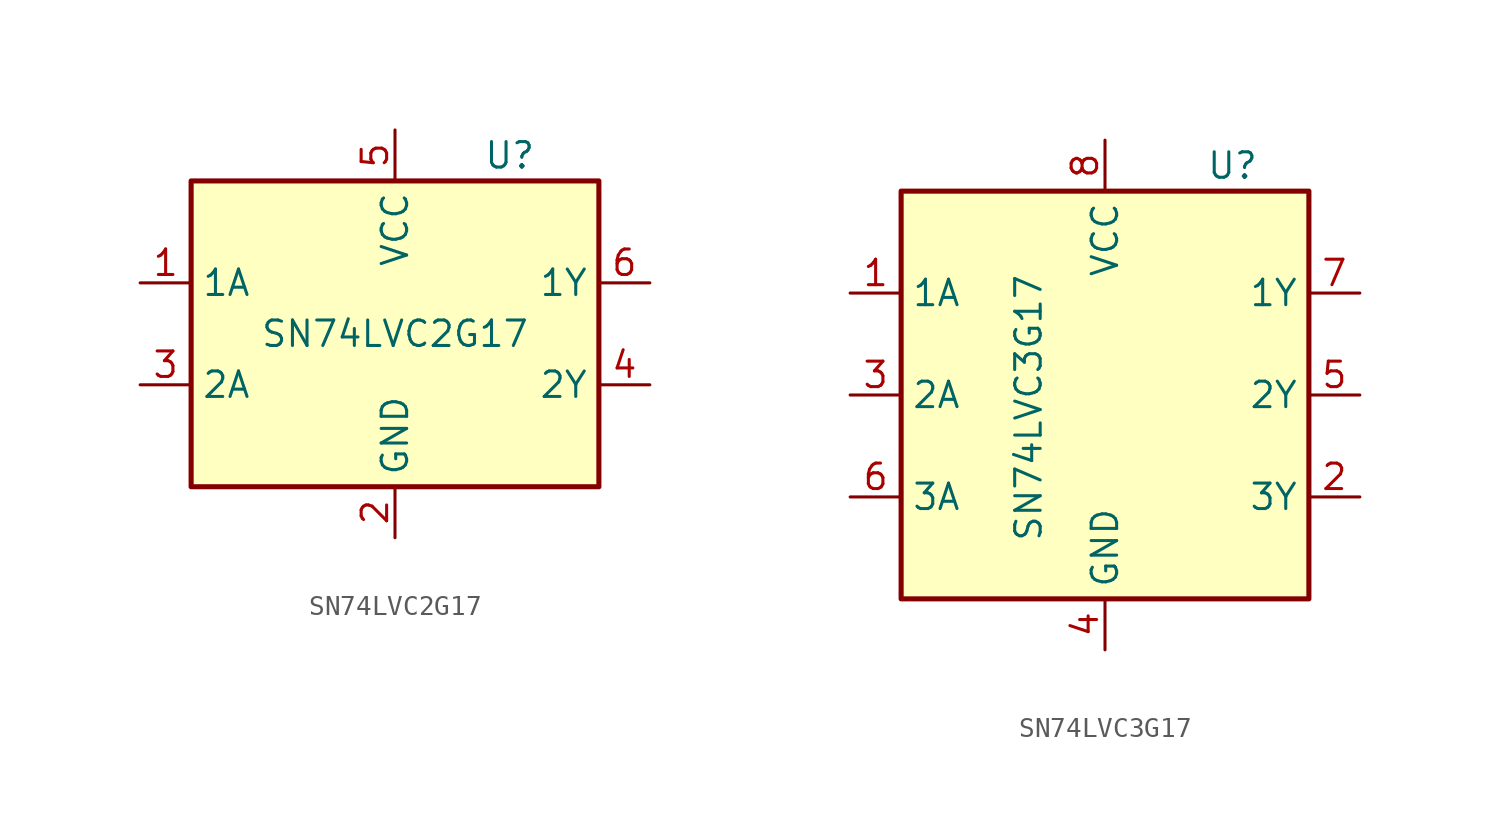
<source format=kicad_sym>
(kicad_symbol_lib
  (version 20220914)
  (generator kicad_symbol_editor)
  (symbol "SN74LVC2G17"
    (property "Reference" "U"
      (at 5.715 8.89 0)
      (effects (font (size 1.27 1.27))))
    (property "Value" "SN74LVC2G17"
      (at 0 0 0)
      (effects (font (size 1.27 1.27))))
    (symbol "SN74LVC2G17_1_1"
      (rectangle (start -10.16 7.62) (end 10.16 -7.62) (stroke (width 0.254) (type default)) (fill (type background)))
      (pin input line (at -12.7 2.54 0) (length 2.54) (name "1A" (effects (font (size 1.27 1.27)))) (number "1" (effects (font (size 1.27 1.27)))))
      (pin input line (at 0 -10.16 90) (length 2.54) (name "GND" (effects (font (size 1.27 1.27)))) (number "2" (effects (font (size 1.27 1.27)))))
      (pin input line (at -12.7 -2.54 0) (length 2.54) (name "2A" (effects (font (size 1.27 1.27)))) (number "3" (effects (font (size 1.27 1.27)))))
      (pin input line (at 12.7 -2.54 180) (length 2.54) (name "2Y" (effects (font (size 1.27 1.27)))) (number "4" (effects (font (size 1.27 1.27)))))
      (pin input line (at 0 10.16 270) (length 2.54) (name "VCC" (effects (font (size 1.27 1.27)))) (number "5" (effects (font (size 1.27 1.27)))))
      (pin input line (at 12.7 2.54 180) (length 2.54) (name "1Y" (effects (font (size 1.27 1.27)))) (number "6" (effects (font (size 1.27 1.27)))))))
  (symbol "SN74LVC3G17"
    (property "Reference" "U"
      (at 6.35 11.43 0)
      (effects (font (size 1.27 1.27))))
    (property "Value" "SN74LVC3G17"
      (at -3.81 -0.635 90)
      (effects (font (size 1.27 1.27))))
    (symbol "SN74LVC3G17_1_1"
      (rectangle (start -10.16 10.16) (end 10.16 -10.16) (stroke (width 0.254) (type default)) (fill (type background)))
      (pin input line (at -12.7 5.08 0) (length 2.54) (name "1A" (effects (font (size 1.27 1.27)))) (number "1" (effects (font (size 1.27 1.27)))))
      (pin input line (at 12.7 -5.08 180) (length 2.54) (name "3Y" (effects (font (size 1.27 1.27)))) (number "2" (effects (font (size 1.27 1.27)))))
      (pin input line (at -12.7 0 0) (length 2.54) (name "2A" (effects (font (size 1.27 1.27)))) (number "3" (effects (font (size 1.27 1.27)))))
      (pin input line (at 0 -12.7 90) (length 2.54) (name "GND" (effects (font (size 1.27 1.27)))) (number "4" (effects (font (size 1.27 1.27)))))
      (pin input line (at 12.7 0 180) (length 2.54) (name "2Y" (effects (font (size 1.27 1.27)))) (number "5" (effects (font (size 1.27 1.27)))))
      (pin input line (at -12.7 -5.08 0) (length 2.54) (name "3A" (effects (font (size 1.27 1.27)))) (number "6" (effects (font (size 1.27 1.27)))))
      (pin input line (at 12.7 5.08 180) (length 2.54) (name "1Y" (effects (font (size 1.27 1.27)))) (number "7" (effects (font (size 1.27 1.27)))))
      (pin input line (at 0 12.7 270) (length 2.54) (name "VCC" (effects (font (size 1.27 1.27)))) (number "8" (effects (font (size 1.27 1.27))))))))
</source>
